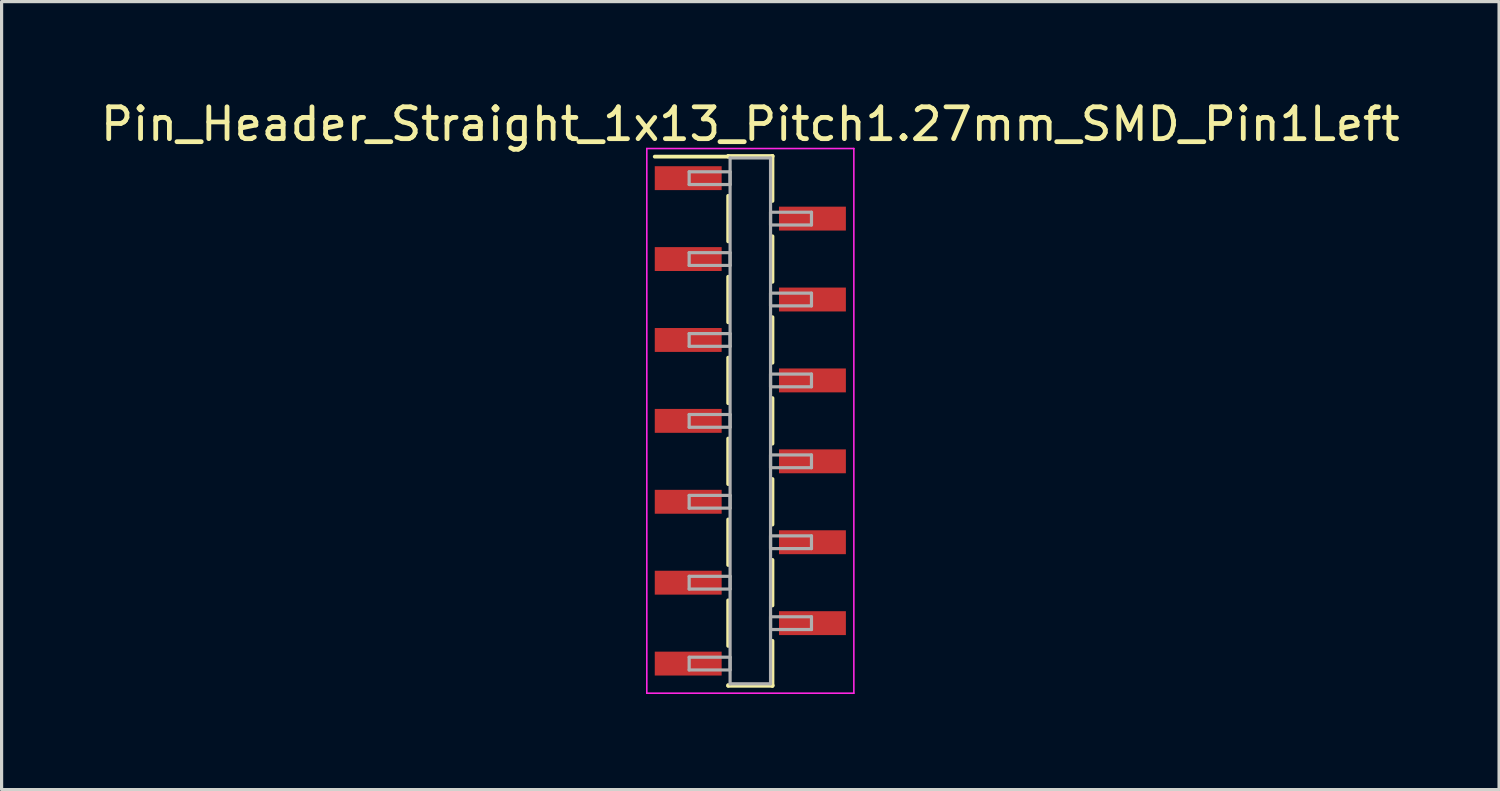
<source format=kicad_pcb>
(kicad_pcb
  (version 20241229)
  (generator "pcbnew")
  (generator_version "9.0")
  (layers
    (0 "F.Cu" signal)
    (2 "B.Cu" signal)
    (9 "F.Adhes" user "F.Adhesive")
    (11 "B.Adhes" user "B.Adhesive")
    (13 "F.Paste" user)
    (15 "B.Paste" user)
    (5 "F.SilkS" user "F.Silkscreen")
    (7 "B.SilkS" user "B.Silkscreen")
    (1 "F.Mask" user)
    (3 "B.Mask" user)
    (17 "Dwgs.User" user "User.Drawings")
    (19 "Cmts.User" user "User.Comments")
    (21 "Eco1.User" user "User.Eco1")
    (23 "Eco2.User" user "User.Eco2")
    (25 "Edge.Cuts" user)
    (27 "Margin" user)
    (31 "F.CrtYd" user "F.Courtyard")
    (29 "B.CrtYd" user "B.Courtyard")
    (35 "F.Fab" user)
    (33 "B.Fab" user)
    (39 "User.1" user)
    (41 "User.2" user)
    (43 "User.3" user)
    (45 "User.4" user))
  (footprint "Pin_Header_Straight_1x13_Pitch1.27mm_SMD_Pin1Left"
    (layer "F.Cu")
    (at 20.506 10.163)
    (property "Reference" "Pin_Header_Straight_1x13_Pitch1.27mm_SMD_Pin1Left" (at 0 -9.315 0) (layer "F.SilkS") (effects (font (size 1 1) (thickness 0.15))))
    (attr smd)
    (fp_line (start -0.695 -8.315) (end 0.695 -8.315) (stroke (width 0.12) (type solid)) (layer "F.SilkS"))
    (fp_line (start -0.695 -8.295) (end -3 -8.295) (stroke (width 0.12) (type solid)) (layer "F.SilkS"))
    (fp_line (start -0.695 -8.295) (end -0.695 -8.315) (stroke (width 0.12) (type solid)) (layer "F.SilkS"))
    (fp_line (start -0.695 -7.065) (end -0.695 -5.635) (stroke (width 0.12) (type solid)) (layer "F.SilkS"))
    (fp_line (start -0.695 -4.525) (end -0.695 -3.095) (stroke (width 0.12) (type solid)) (layer "F.SilkS"))
    (fp_line (start -0.695 -1.985) (end -0.695 -0.555) (stroke (width 0.12) (type solid)) (layer "F.SilkS"))
    (fp_line (start -0.695 0.555) (end -0.695 1.985) (stroke (width 0.12) (type solid)) (layer "F.SilkS"))
    (fp_line (start -0.695 3.095) (end -0.695 4.525) (stroke (width 0.12) (type solid)) (layer "F.SilkS"))
    (fp_line (start -0.695 5.635) (end -0.695 7.065) (stroke (width 0.12) (type solid)) (layer "F.SilkS"))
    (fp_line (start -0.695 8.295) (end -0.695 8.315) (stroke (width 0.12) (type solid)) (layer "F.SilkS"))
    (fp_line (start -0.695 8.315) (end 0.695 8.315) (stroke (width 0.12) (type solid)) (layer "F.SilkS"))
    (fp_line (start 0.695 -8.315) (end 0.695 -8.295) (stroke (width 0.12) (type solid)) (layer "F.SilkS"))
    (fp_line (start 0.695 -8.315) (end 0.695 -6.905) (stroke (width 0.12) (type solid)) (layer "F.SilkS"))
    (fp_line (start 0.695 -5.795) (end 0.695 -4.365) (stroke (width 0.12) (type solid)) (layer "F.SilkS"))
    (fp_line (start 0.695 -3.255) (end 0.695 -1.825) (stroke (width 0.12) (type solid)) (layer "F.SilkS"))
    (fp_line (start 0.695 -0.715) (end 0.695 0.715) (stroke (width 0.12) (type solid)) (layer "F.SilkS"))
    (fp_line (start 0.695 1.825) (end 0.695 3.255) (stroke (width 0.12) (type solid)) (layer "F.SilkS"))
    (fp_line (start 0.695 4.365) (end 0.695 5.795) (stroke (width 0.12) (type solid)) (layer "F.SilkS"))
    (fp_line (start 0.695 6.905) (end 0.695 8.315) (stroke (width 0.12) (type solid)) (layer "F.SilkS"))
    (fp_line (start 0.695 8.315) (end 0.695 8.295) (stroke (width 0.12) (type solid)) (layer "F.SilkS"))
    (fp_line (start -3.25 -8.55) (end -3.25 8.55) (stroke (width 0.05) (type solid)) (layer "F.CrtYd"))
    (fp_line (start -3.25 8.55) (end 3.25 8.55) (stroke (width 0.05) (type solid)) (layer "F.CrtYd"))
    (fp_line (start 3.25 -8.55) (end -3.25 -8.55) (stroke (width 0.05) (type solid)) (layer "F.CrtYd"))
    (fp_line (start 3.25 8.55) (end 3.25 -8.55) (stroke (width 0.05) (type solid)) (layer "F.CrtYd"))
    (fp_line (start -1.92 -7.82) (end -0.635 -7.82) (stroke (width 0.1) (type solid)) (layer "F.Fab"))
    (fp_line (start -1.92 -7.42) (end -1.92 -7.82) (stroke (width 0.1) (type solid)) (layer "F.Fab"))
    (fp_line (start -1.92 -5.28) (end -0.635 -5.28) (stroke (width 0.1) (type solid)) (layer "F.Fab"))
    (fp_line (start -1.92 -4.88) (end -1.92 -5.28) (stroke (width 0.1) (type solid)) (layer "F.Fab"))
    (fp_line (start -1.92 -2.74) (end -0.635 -2.74) (stroke (width 0.1) (type solid)) (layer "F.Fab"))
    (fp_line (start -1.92 -2.34) (end -1.92 -2.74) (stroke (width 0.1) (type solid)) (layer "F.Fab"))
    (fp_line (start -1.92 -0.2) (end -0.635 -0.2) (stroke (width 0.1) (type solid)) (layer "F.Fab"))
    (fp_line (start -1.92 0.2) (end -1.92 -0.2) (stroke (width 0.1) (type solid)) (layer "F.Fab"))
    (fp_line (start -1.92 2.34) (end -0.635 2.34) (stroke (width 0.1) (type solid)) (layer "F.Fab"))
    (fp_line (start -1.92 2.74) (end -1.92 2.34) (stroke (width 0.1) (type solid)) (layer "F.Fab"))
    (fp_line (start -1.92 4.88) (end -0.635 4.88) (stroke (width 0.1) (type solid)) (layer "F.Fab"))
    (fp_line (start -1.92 5.28) (end -1.92 4.88) (stroke (width 0.1) (type solid)) (layer "F.Fab"))
    (fp_line (start -1.92 7.42) (end -0.635 7.42) (stroke (width 0.1) (type solid)) (layer "F.Fab"))
    (fp_line (start -1.92 7.82) (end -1.92 7.42) (stroke (width 0.1) (type solid)) (layer "F.Fab"))
    (fp_line (start -0.635 -8.255) (end -0.635 8.255) (stroke (width 0.1) (type solid)) (layer "F.Fab"))
    (fp_line (start -0.635 -7.82) (end -0.635 -7.42) (stroke (width 0.1) (type solid)) (layer "F.Fab"))
    (fp_line (start -0.635 -7.42) (end -1.92 -7.42) (stroke (width 0.1) (type solid)) (layer "F.Fab"))
    (fp_line (start -0.635 -5.28) (end -0.635 -4.88) (stroke (width 0.1) (type solid)) (layer "F.Fab"))
    (fp_line (start -0.635 -4.88) (end -1.92 -4.88) (stroke (width 0.1) (type solid)) (layer "F.Fab"))
    (fp_line (start -0.635 -2.74) (end -0.635 -2.34) (stroke (width 0.1) (type solid)) (layer "F.Fab"))
    (fp_line (start -0.635 -2.34) (end -1.92 -2.34) (stroke (width 0.1) (type solid)) (layer "F.Fab"))
    (fp_line (start -0.635 -0.2) (end -0.635 0.2) (stroke (width 0.1) (type solid)) (layer "F.Fab"))
    (fp_line (start -0.635 0.2) (end -1.92 0.2) (stroke (width 0.1) (type solid)) (layer "F.Fab"))
    (fp_line (start -0.635 2.34) (end -0.635 2.74) (stroke (width 0.1) (type solid)) (layer "F.Fab"))
    (fp_line (start -0.635 2.74) (end -1.92 2.74) (stroke (width 0.1) (type solid)) (layer "F.Fab"))
    (fp_line (start -0.635 4.88) (end -0.635 5.28) (stroke (width 0.1) (type solid)) (layer "F.Fab"))
    (fp_line (start -0.635 5.28) (end -1.92 5.28) (stroke (width 0.1) (type solid)) (layer "F.Fab"))
    (fp_line (start -0.635 7.42) (end -0.635 7.82) (stroke (width 0.1) (type solid)) (layer "F.Fab"))
    (fp_line (start -0.635 7.82) (end -1.92 7.82) (stroke (width 0.1) (type solid)) (layer "F.Fab"))
    (fp_line (start -0.635 8.255) (end 0.635 8.255) (stroke (width 0.1) (type solid)) (layer "F.Fab"))
    (fp_line (start 0.635 -8.255) (end -0.635 -8.255) (stroke (width 0.1) (type solid)) (layer "F.Fab"))
    (fp_line (start 0.635 -6.55) (end 0.635 -6.15) (stroke (width 0.1) (type solid)) (layer "F.Fab"))
    (fp_line (start 0.635 -6.15) (end 1.92 -6.15) (stroke (width 0.1) (type solid)) (layer "F.Fab"))
    (fp_line (start 0.635 -4.01) (end 0.635 -3.61) (stroke (width 0.1) (type solid)) (layer "F.Fab"))
    (fp_line (start 0.635 -3.61) (end 1.92 -3.61) (stroke (width 0.1) (type solid)) (layer "F.Fab"))
    (fp_line (start 0.635 -1.47) (end 0.635 -1.07) (stroke (width 0.1) (type solid)) (layer "F.Fab"))
    (fp_line (start 0.635 -1.07) (end 1.92 -1.07) (stroke (width 0.1) (type solid)) (layer "F.Fab"))
    (fp_line (start 0.635 1.07) (end 0.635 1.47) (stroke (width 0.1) (type solid)) (layer "F.Fab"))
    (fp_line (start 0.635 1.47) (end 1.92 1.47) (stroke (width 0.1) (type solid)) (layer "F.Fab"))
    (fp_line (start 0.635 3.61) (end 0.635 4.01) (stroke (width 0.1) (type solid)) (layer "F.Fab"))
    (fp_line (start 0.635 4.01) (end 1.92 4.01) (stroke (width 0.1) (type solid)) (layer "F.Fab"))
    (fp_line (start 0.635 6.15) (end 0.635 6.55) (stroke (width 0.1) (type solid)) (layer "F.Fab"))
    (fp_line (start 0.635 6.55) (end 1.92 6.55) (stroke (width 0.1) (type solid)) (layer "F.Fab"))
    (fp_line (start 0.635 8.255) (end 0.635 -8.255) (stroke (width 0.1) (type solid)) (layer "F.Fab"))
    (fp_line (start 1.92 -6.55) (end 0.635 -6.55) (stroke (width 0.1) (type solid)) (layer "F.Fab"))
    (fp_line (start 1.92 -6.15) (end 1.92 -6.55) (stroke (width 0.1) (type solid)) (layer "F.Fab"))
    (fp_line (start 1.92 -4.01) (end 0.635 -4.01) (stroke (width 0.1) (type solid)) (layer "F.Fab"))
    (fp_line (start 1.92 -3.61) (end 1.92 -4.01) (stroke (width 0.1) (type solid)) (layer "F.Fab"))
    (fp_line (start 1.92 -1.47) (end 0.635 -1.47) (stroke (width 0.1) (type solid)) (layer "F.Fab"))
    (fp_line (start 1.92 -1.07) (end 1.92 -1.47) (stroke (width 0.1) (type solid)) (layer "F.Fab"))
    (fp_line (start 1.92 1.07) (end 0.635 1.07) (stroke (width 0.1) (type solid)) (layer "F.Fab"))
    (fp_line (start 1.92 1.47) (end 1.92 1.07) (stroke (width 0.1) (type solid)) (layer "F.Fab"))
    (fp_line (start 1.92 3.61) (end 0.635 3.61) (stroke (width 0.1) (type solid)) (layer "F.Fab"))
    (fp_line (start 1.92 4.01) (end 1.92 3.61) (stroke (width 0.1) (type solid)) (layer "F.Fab"))
    (fp_line (start 1.92 6.15) (end 0.635 6.15) (stroke (width 0.1) (type solid)) (layer "F.Fab"))
    (fp_line (start 1.92 6.55) (end 1.92 6.15) (stroke (width 0.1) (type solid)) (layer "F.Fab"))
    (pad "1" smd rect (at -1.95 -7.62) (size 2.1 0.75) (layers "F.Cu" "F.Mask"))
    (pad "2" smd rect (at 1.95 -6.35) (size 2.1 0.75) (layers "F.Cu" "F.Mask"))
    (pad "3" smd rect (at -1.95 -5.08) (size 2.1 0.75) (layers "F.Cu" "F.Mask"))
    (pad "4" smd rect (at 1.95 -3.81) (size 2.1 0.75) (layers "F.Cu" "F.Mask"))
    (pad "5" smd rect (at -1.95 -2.54) (size 2.1 0.75) (layers "F.Cu" "F.Mask"))
    (pad "6" smd rect (at 1.95 -1.27) (size 2.1 0.75) (layers "F.Cu" "F.Mask"))
    (pad "7" smd rect (at -1.95 0) (size 2.1 0.75) (layers "F.Cu" "F.Mask"))
    (pad "8" smd rect (at 1.95 1.27) (size 2.1 0.75) (layers "F.Cu" "F.Mask"))
    (pad "9" smd rect (at -1.95 2.54) (size 2.1 0.75) (layers "F.Cu" "F.Mask"))
    (pad "10" smd rect (at 1.95 3.81) (size 2.1 0.75) (layers "F.Cu" "F.Mask"))
    (pad "11" smd rect (at -1.95 5.08) (size 2.1 0.75) (layers "F.Cu" "F.Mask"))
    (pad "12" smd rect (at 1.95 6.35) (size 2.1 0.75) (layers "F.Cu" "F.Mask"))
    (pad "13" smd rect (at -1.95 7.62) (size 2.1 0.75) (layers "F.Cu" "F.Mask")))
  (gr_rect
    (start -3 -3)
    (end 44.012 21.738)
    (stroke (width 0.1) (type default))
    (fill no)
    (layer "Edge.Cuts")))
</source>
